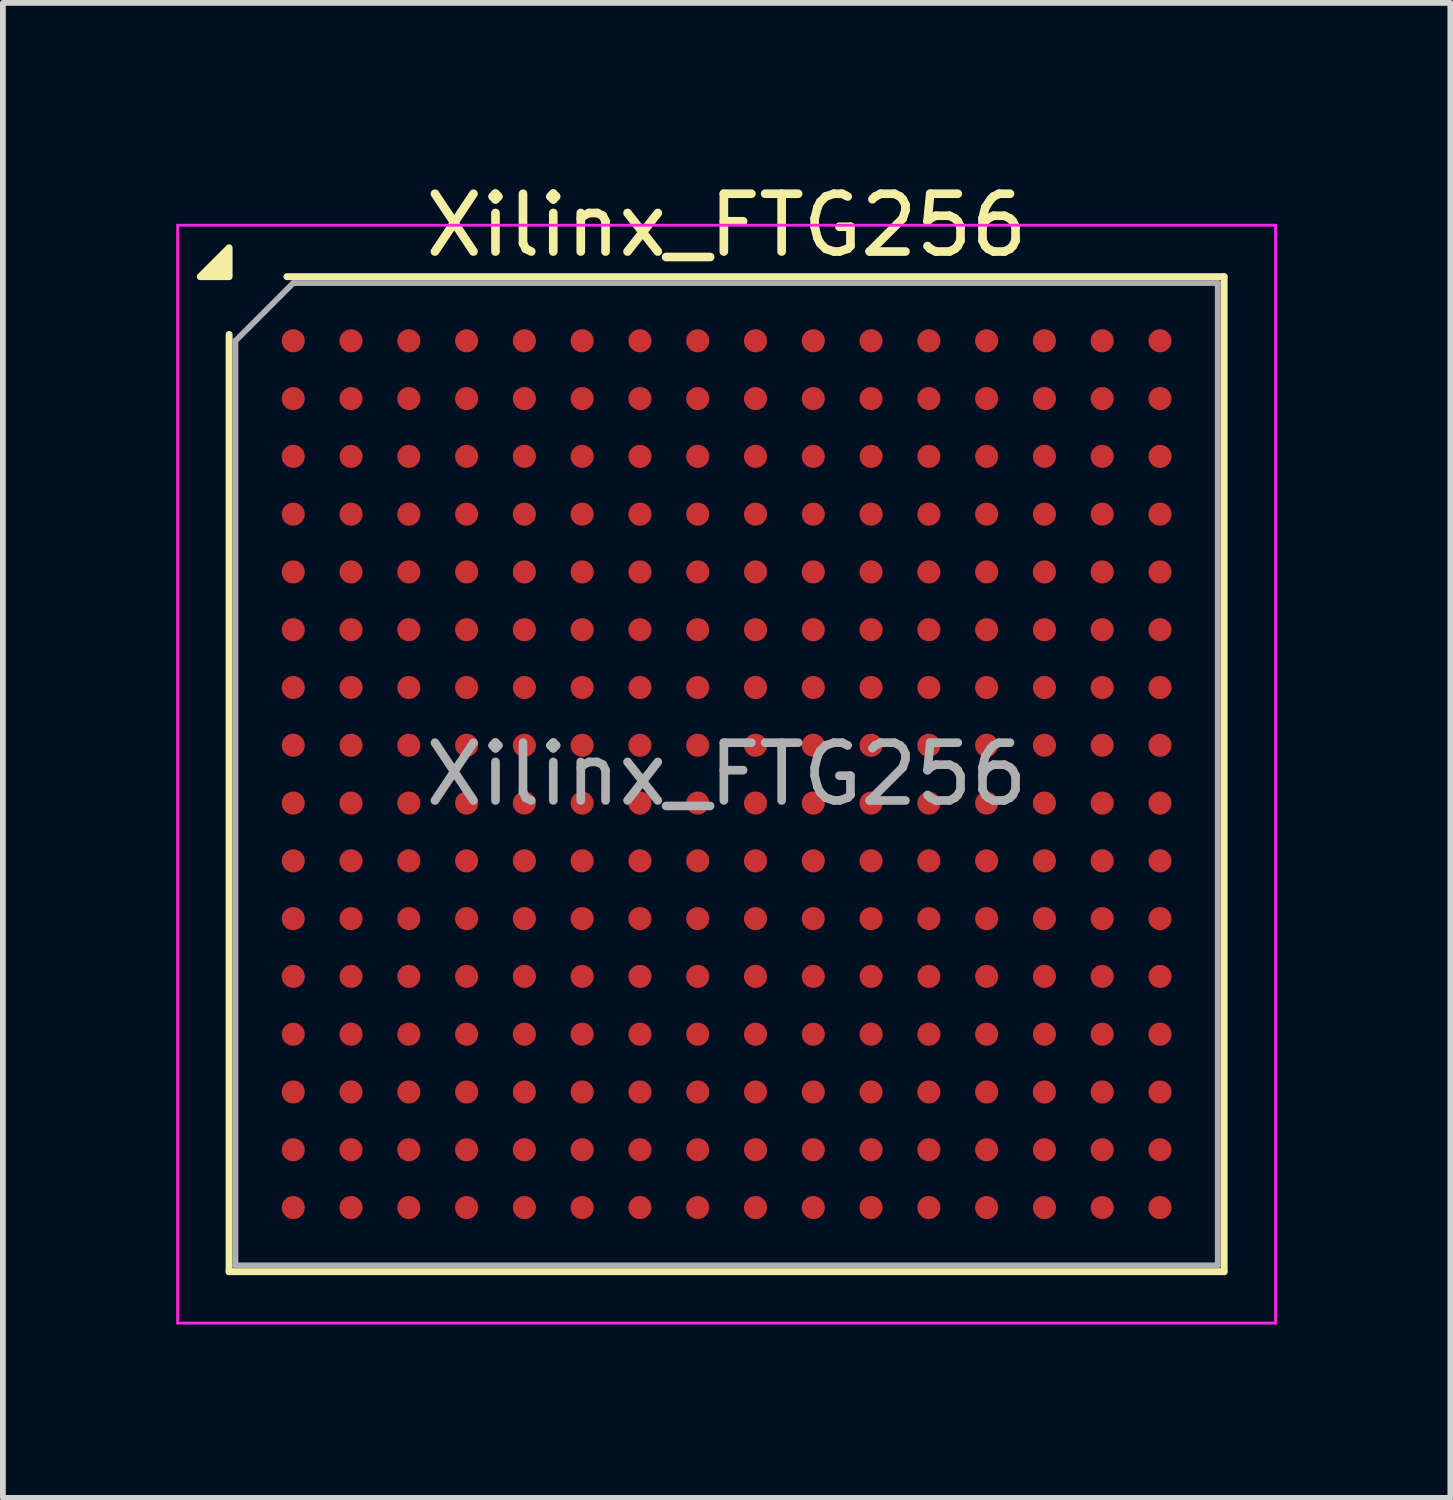
<source format=kicad_pcb>
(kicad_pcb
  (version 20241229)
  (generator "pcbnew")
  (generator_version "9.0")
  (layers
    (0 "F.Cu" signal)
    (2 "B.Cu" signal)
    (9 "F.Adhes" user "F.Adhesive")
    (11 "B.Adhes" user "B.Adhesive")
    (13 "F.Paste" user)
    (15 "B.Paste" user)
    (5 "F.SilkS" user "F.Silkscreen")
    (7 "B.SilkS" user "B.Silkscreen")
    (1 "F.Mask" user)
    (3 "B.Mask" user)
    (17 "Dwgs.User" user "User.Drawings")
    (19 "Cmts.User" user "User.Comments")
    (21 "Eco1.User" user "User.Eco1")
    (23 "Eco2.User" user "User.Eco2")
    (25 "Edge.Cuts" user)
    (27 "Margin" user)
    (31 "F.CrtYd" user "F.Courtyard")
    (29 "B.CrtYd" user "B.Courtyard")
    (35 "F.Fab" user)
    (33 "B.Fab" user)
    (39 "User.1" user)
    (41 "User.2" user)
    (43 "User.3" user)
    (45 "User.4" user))
  (footprint "Xilinx_FTG256"
    (layer "F.Cu")
    (at 9.525 10.348)
    (property "Reference" "Xilinx_FTG256" (at 0 -9.5 0) (layer "F.SilkS") (effects (font (size 1 1) (thickness 0.15))))
    (attr smd)
    (fp_line (start -8.61 8.61) (end -8.61 -7.61) (stroke (width 0.12) (type solid)) (layer "F.SilkS"))
    (fp_line (start -7.61 -8.61) (end 8.61 -8.61) (stroke (width 0.12) (type solid)) (layer "F.SilkS"))
    (fp_line (start 8.61 -8.61) (end 8.61 8.61) (stroke (width 0.12) (type solid)) (layer "F.SilkS"))
    (fp_line (start 8.61 8.61) (end -8.61 8.61) (stroke (width 0.12) (type solid)) (layer "F.SilkS"))
    (fp_poly (pts (xy -8.61 -8.61) (xy -9.11 -8.61) (xy -8.61 -9.11) (xy -8.61 -8.61)) (stroke (width 0.12) (type solid)) (fill yes) (layer "F.SilkS"))
    (fp_line (start -9.5 -9.5) (end -9.5 9.5) (stroke (width 0.05) (type solid)) (layer "F.CrtYd"))
    (fp_line (start -9.5 9.5) (end 9.5 9.5) (stroke (width 0.05) (type solid)) (layer "F.CrtYd"))
    (fp_line (start 9.5 -9.5) (end -9.5 -9.5) (stroke (width 0.05) (type solid)) (layer "F.CrtYd"))
    (fp_line (start 9.5 9.5) (end 9.5 -9.5) (stroke (width 0.05) (type solid)) (layer "F.CrtYd"))
    (fp_line (start -8.5 -7.5) (end -7.5 -8.5) (stroke (width 0.1) (type solid)) (layer "F.Fab"))
    (fp_line (start -8.5 8.5) (end -8.5 -7.5) (stroke (width 0.1) (type solid)) (layer "F.Fab"))
    (fp_line (start -7.5 -8.5) (end 8.5 -8.5) (stroke (width 0.1) (type solid)) (layer "F.Fab"))
    (fp_line (start 8.5 -8.5) (end 8.5 8.5) (stroke (width 0.1) (type solid)) (layer "F.Fab"))
    (fp_line (start 8.5 8.5) (end -8.5 8.5) (stroke (width 0.1) (type solid)) (layer "F.Fab"))
    (fp_text user "${REFERENCE}" (at 0 0 0) (layer "F.Fab") (effects (font (size 1 1) (thickness 0.15))))
    (pad "A1" smd circle (at -7.5 -7.5) (size 0.4 0.4) (property pad_prop_bga) (layers "F.Cu" "F.Mask" "F.Paste"))
    (pad "A2" smd circle (at -6.5 -7.5) (size 0.4 0.4) (property pad_prop_bga) (layers "F.Cu" "F.Mask" "F.Paste"))
    (pad "A3" smd circle (at -5.5 -7.5) (size 0.4 0.4) (property pad_prop_bga) (layers "F.Cu" "F.Mask" "F.Paste"))
    (pad "A4" smd circle (at -4.5 -7.5) (size 0.4 0.4) (property pad_prop_bga) (layers "F.Cu" "F.Mask" "F.Paste"))
    (pad "A5" smd circle (at -3.5 -7.5) (size 0.4 0.4) (property pad_prop_bga) (layers "F.Cu" "F.Mask" "F.Paste"))
    (pad "A6" smd circle (at -2.5 -7.5) (size 0.4 0.4) (property pad_prop_bga) (layers "F.Cu" "F.Mask" "F.Paste"))
    (pad "A7" smd circle (at -1.5 -7.5) (size 0.4 0.4) (property pad_prop_bga) (layers "F.Cu" "F.Mask" "F.Paste"))
    (pad "A8" smd circle (at -0.5 -7.5) (size 0.4 0.4) (property pad_prop_bga) (layers "F.Cu" "F.Mask" "F.Paste"))
    (pad "A9" smd circle (at 0.5 -7.5) (size 0.4 0.4) (property pad_prop_bga) (layers "F.Cu" "F.Mask" "F.Paste"))
    (pad "A10" smd circle (at 1.5 -7.5) (size 0.4 0.4) (property pad_prop_bga) (layers "F.Cu" "F.Mask" "F.Paste"))
    (pad "A11" smd circle (at 2.5 -7.5) (size 0.4 0.4) (property pad_prop_bga) (layers "F.Cu" "F.Mask" "F.Paste"))
    (pad "A12" smd circle (at 3.5 -7.5) (size 0.4 0.4) (property pad_prop_bga) (layers "F.Cu" "F.Mask" "F.Paste"))
    (pad "A13" smd circle (at 4.5 -7.5) (size 0.4 0.4) (property pad_prop_bga) (layers "F.Cu" "F.Mask" "F.Paste"))
    (pad "A14" smd circle (at 5.5 -7.5) (size 0.4 0.4) (property pad_prop_bga) (layers "F.Cu" "F.Mask" "F.Paste"))
    (pad "A15" smd circle (at 6.5 -7.5) (size 0.4 0.4) (property pad_prop_bga) (layers "F.Cu" "F.Mask" "F.Paste"))
    (pad "A16" smd circle (at 7.5 -7.5) (size 0.4 0.4) (property pad_prop_bga) (layers "F.Cu" "F.Mask" "F.Paste"))
    (pad "B1" smd circle (at -7.5 -6.5) (size 0.4 0.4) (property pad_prop_bga) (layers "F.Cu" "F.Mask" "F.Paste"))
    (pad "B2" smd circle (at -6.5 -6.5) (size 0.4 0.4) (property pad_prop_bga) (layers "F.Cu" "F.Mask" "F.Paste"))
    (pad "B3" smd circle (at -5.5 -6.5) (size 0.4 0.4) (property pad_prop_bga) (layers "F.Cu" "F.Mask" "F.Paste"))
    (pad "B4" smd circle (at -4.5 -6.5) (size 0.4 0.4) (property pad_prop_bga) (layers "F.Cu" "F.Mask" "F.Paste"))
    (pad "B5" smd circle (at -3.5 -6.5) (size 0.4 0.4) (property pad_prop_bga) (layers "F.Cu" "F.Mask" "F.Paste"))
    (pad "B6" smd circle (at -2.5 -6.5) (size 0.4 0.4) (property pad_prop_bga) (layers "F.Cu" "F.Mask" "F.Paste"))
    (pad "B7" smd circle (at -1.5 -6.5) (size 0.4 0.4) (property pad_prop_bga) (layers "F.Cu" "F.Mask" "F.Paste"))
    (pad "B8" smd circle (at -0.5 -6.5) (size 0.4 0.4) (property pad_prop_bga) (layers "F.Cu" "F.Mask" "F.Paste"))
    (pad "B9" smd circle (at 0.5 -6.5) (size 0.4 0.4) (property pad_prop_bga) (layers "F.Cu" "F.Mask" "F.Paste"))
    (pad "B10" smd circle (at 1.5 -6.5) (size 0.4 0.4) (property pad_prop_bga) (layers "F.Cu" "F.Mask" "F.Paste"))
    (pad "B11" smd circle (at 2.5 -6.5) (size 0.4 0.4) (property pad_prop_bga) (layers "F.Cu" "F.Mask" "F.Paste"))
    (pad "B12" smd circle (at 3.5 -6.5) (size 0.4 0.4) (property pad_prop_bga) (layers "F.Cu" "F.Mask" "F.Paste"))
    (pad "B13" smd circle (at 4.5 -6.5) (size 0.4 0.4) (property pad_prop_bga) (layers "F.Cu" "F.Mask" "F.Paste"))
    (pad "B14" smd circle (at 5.5 -6.5) (size 0.4 0.4) (property pad_prop_bga) (layers "F.Cu" "F.Mask" "F.Paste"))
    (pad "B15" smd circle (at 6.5 -6.5) (size 0.4 0.4) (property pad_prop_bga) (layers "F.Cu" "F.Mask" "F.Paste"))
    (pad "B16" smd circle (at 7.5 -6.5) (size 0.4 0.4) (property pad_prop_bga) (layers "F.Cu" "F.Mask" "F.Paste"))
    (pad "C1" smd circle (at -7.5 -5.5) (size 0.4 0.4) (property pad_prop_bga) (layers "F.Cu" "F.Mask" "F.Paste"))
    (pad "C2" smd circle (at -6.5 -5.5) (size 0.4 0.4) (property pad_prop_bga) (layers "F.Cu" "F.Mask" "F.Paste"))
    (pad "C3" smd circle (at -5.5 -5.5) (size 0.4 0.4) (property pad_prop_bga) (layers "F.Cu" "F.Mask" "F.Paste"))
    (pad "C4" smd circle (at -4.5 -5.5) (size 0.4 0.4) (property pad_prop_bga) (layers "F.Cu" "F.Mask" "F.Paste"))
    (pad "C5" smd circle (at -3.5 -5.5) (size 0.4 0.4) (property pad_prop_bga) (layers "F.Cu" "F.Mask" "F.Paste"))
    (pad "C6" smd circle (at -2.5 -5.5) (size 0.4 0.4) (property pad_prop_bga) (layers "F.Cu" "F.Mask" "F.Paste"))
    (pad "C7" smd circle (at -1.5 -5.5) (size 0.4 0.4) (property pad_prop_bga) (layers "F.Cu" "F.Mask" "F.Paste"))
    (pad "C8" smd circle (at -0.5 -5.5) (size 0.4 0.4) (property pad_prop_bga) (layers "F.Cu" "F.Mask" "F.Paste"))
    (pad "C9" smd circle (at 0.5 -5.5) (size 0.4 0.4) (property pad_prop_bga) (layers "F.Cu" "F.Mask" "F.Paste"))
    (pad "C10" smd circle (at 1.5 -5.5) (size 0.4 0.4) (property pad_prop_bga) (layers "F.Cu" "F.Mask" "F.Paste"))
    (pad "C11" smd circle (at 2.5 -5.5) (size 0.4 0.4) (property pad_prop_bga) (layers "F.Cu" "F.Mask" "F.Paste"))
    (pad "C12" smd circle (at 3.5 -5.5) (size 0.4 0.4) (property pad_prop_bga) (layers "F.Cu" "F.Mask" "F.Paste"))
    (pad "C13" smd circle (at 4.5 -5.5) (size 0.4 0.4) (property pad_prop_bga) (layers "F.Cu" "F.Mask" "F.Paste"))
    (pad "C14" smd circle (at 5.5 -5.5) (size 0.4 0.4) (property pad_prop_bga) (layers "F.Cu" "F.Mask" "F.Paste"))
    (pad "C15" smd circle (at 6.5 -5.5) (size 0.4 0.4) (property pad_prop_bga) (layers "F.Cu" "F.Mask" "F.Paste"))
    (pad "C16" smd circle (at 7.5 -5.5) (size 0.4 0.4) (property pad_prop_bga) (layers "F.Cu" "F.Mask" "F.Paste"))
    (pad "D1" smd circle (at -7.5 -4.5) (size 0.4 0.4) (property pad_prop_bga) (layers "F.Cu" "F.Mask" "F.Paste"))
    (pad "D2" smd circle (at -6.5 -4.5) (size 0.4 0.4) (property pad_prop_bga) (layers "F.Cu" "F.Mask" "F.Paste"))
    (pad "D3" smd circle (at -5.5 -4.5) (size 0.4 0.4) (property pad_prop_bga) (layers "F.Cu" "F.Mask" "F.Paste"))
    (pad "D4" smd circle (at -4.5 -4.5) (size 0.4 0.4) (property pad_prop_bga) (layers "F.Cu" "F.Mask" "F.Paste"))
    (pad "D5" smd circle (at -3.5 -4.5) (size 0.4 0.4) (property pad_prop_bga) (layers "F.Cu" "F.Mask" "F.Paste"))
    (pad "D6" smd circle (at -2.5 -4.5) (size 0.4 0.4) (property pad_prop_bga) (layers "F.Cu" "F.Mask" "F.Paste"))
    (pad "D7" smd circle (at -1.5 -4.5) (size 0.4 0.4) (property pad_prop_bga) (layers "F.Cu" "F.Mask" "F.Paste"))
    (pad "D8" smd circle (at -0.5 -4.5) (size 0.4 0.4) (property pad_prop_bga) (layers "F.Cu" "F.Mask" "F.Paste"))
    (pad "D9" smd circle (at 0.5 -4.5) (size 0.4 0.4) (property pad_prop_bga) (layers "F.Cu" "F.Mask" "F.Paste"))
    (pad "D10" smd circle (at 1.5 -4.5) (size 0.4 0.4) (property pad_prop_bga) (layers "F.Cu" "F.Mask" "F.Paste"))
    (pad "D11" smd circle (at 2.5 -4.5) (size 0.4 0.4) (property pad_prop_bga) (layers "F.Cu" "F.Mask" "F.Paste"))
    (pad "D12" smd circle (at 3.5 -4.5) (size 0.4 0.4) (property pad_prop_bga) (layers "F.Cu" "F.Mask" "F.Paste"))
    (pad "D13" smd circle (at 4.5 -4.5) (size 0.4 0.4) (property pad_prop_bga) (layers "F.Cu" "F.Mask" "F.Paste"))
    (pad "D14" smd circle (at 5.5 -4.5) (size 0.4 0.4) (property pad_prop_bga) (layers "F.Cu" "F.Mask" "F.Paste"))
    (pad "D15" smd circle (at 6.5 -4.5) (size 0.4 0.4) (property pad_prop_bga) (layers "F.Cu" "F.Mask" "F.Paste"))
    (pad "D16" smd circle (at 7.5 -4.5) (size 0.4 0.4) (property pad_prop_bga) (layers "F.Cu" "F.Mask" "F.Paste"))
    (pad "E1" smd circle (at -7.5 -3.5) (size 0.4 0.4) (property pad_prop_bga) (layers "F.Cu" "F.Mask" "F.Paste"))
    (pad "E2" smd circle (at -6.5 -3.5) (size 0.4 0.4) (property pad_prop_bga) (layers "F.Cu" "F.Mask" "F.Paste"))
    (pad "E3" smd circle (at -5.5 -3.5) (size 0.4 0.4) (property pad_prop_bga) (layers "F.Cu" "F.Mask" "F.Paste"))
    (pad "E4" smd circle (at -4.5 -3.5) (size 0.4 0.4) (property pad_prop_bga) (layers "F.Cu" "F.Mask" "F.Paste"))
    (pad "E5" smd circle (at -3.5 -3.5) (size 0.4 0.4) (property pad_prop_bga) (layers "F.Cu" "F.Mask" "F.Paste"))
    (pad "E6" smd circle (at -2.5 -3.5) (size 0.4 0.4) (property pad_prop_bga) (layers "F.Cu" "F.Mask" "F.Paste"))
    (pad "E7" smd circle (at -1.5 -3.5) (size 0.4 0.4) (property pad_prop_bga) (layers "F.Cu" "F.Mask" "F.Paste"))
    (pad "E8" smd circle (at -0.5 -3.5) (size 0.4 0.4) (property pad_prop_bga) (layers "F.Cu" "F.Mask" "F.Paste"))
    (pad "E9" smd circle (at 0.5 -3.5) (size 0.4 0.4) (property pad_prop_bga) (layers "F.Cu" "F.Mask" "F.Paste"))
    (pad "E10" smd circle (at 1.5 -3.5) (size 0.4 0.4) (property pad_prop_bga) (layers "F.Cu" "F.Mask" "F.Paste"))
    (pad "E11" smd circle (at 2.5 -3.5) (size 0.4 0.4) (property pad_prop_bga) (layers "F.Cu" "F.Mask" "F.Paste"))
    (pad "E12" smd circle (at 3.5 -3.5) (size 0.4 0.4) (property pad_prop_bga) (layers "F.Cu" "F.Mask" "F.Paste"))
    (pad "E13" smd circle (at 4.5 -3.5) (size 0.4 0.4) (property pad_prop_bga) (layers "F.Cu" "F.Mask" "F.Paste"))
    (pad "E14" smd circle (at 5.5 -3.5) (size 0.4 0.4) (property pad_prop_bga) (layers "F.Cu" "F.Mask" "F.Paste"))
    (pad "E15" smd circle (at 6.5 -3.5) (size 0.4 0.4) (property pad_prop_bga) (layers "F.Cu" "F.Mask" "F.Paste"))
    (pad "E16" smd circle (at 7.5 -3.5) (size 0.4 0.4) (property pad_prop_bga) (layers "F.Cu" "F.Mask" "F.Paste"))
    (pad "F1" smd circle (at -7.5 -2.5) (size 0.4 0.4) (property pad_prop_bga) (layers "F.Cu" "F.Mask" "F.Paste"))
    (pad "F2" smd circle (at -6.5 -2.5) (size 0.4 0.4) (property pad_prop_bga) (layers "F.Cu" "F.Mask" "F.Paste"))
    (pad "F3" smd circle (at -5.5 -2.5) (size 0.4 0.4) (property pad_prop_bga) (layers "F.Cu" "F.Mask" "F.Paste"))
    (pad "F4" smd circle (at -4.5 -2.5) (size 0.4 0.4) (property pad_prop_bga) (layers "F.Cu" "F.Mask" "F.Paste"))
    (pad "F5" smd circle (at -3.5 -2.5) (size 0.4 0.4) (property pad_prop_bga) (layers "F.Cu" "F.Mask" "F.Paste"))
    (pad "F6" smd circle (at -2.5 -2.5) (size 0.4 0.4) (property pad_prop_bga) (layers "F.Cu" "F.Mask" "F.Paste"))
    (pad "F7" smd circle (at -1.5 -2.5) (size 0.4 0.4) (property pad_prop_bga) (layers "F.Cu" "F.Mask" "F.Paste"))
    (pad "F8" smd circle (at -0.5 -2.5) (size 0.4 0.4) (property pad_prop_bga) (layers "F.Cu" "F.Mask" "F.Paste"))
    (pad "F9" smd circle (at 0.5 -2.5) (size 0.4 0.4) (property pad_prop_bga) (layers "F.Cu" "F.Mask" "F.Paste"))
    (pad "F10" smd circle (at 1.5 -2.5) (size 0.4 0.4) (property pad_prop_bga) (layers "F.Cu" "F.Mask" "F.Paste"))
    (pad "F11" smd circle (at 2.5 -2.5) (size 0.4 0.4) (property pad_prop_bga) (layers "F.Cu" "F.Mask" "F.Paste"))
    (pad "F12" smd circle (at 3.5 -2.5) (size 0.4 0.4) (property pad_prop_bga) (layers "F.Cu" "F.Mask" "F.Paste"))
    (pad "F13" smd circle (at 4.5 -2.5) (size 0.4 0.4) (property pad_prop_bga) (layers "F.Cu" "F.Mask" "F.Paste"))
    (pad "F14" smd circle (at 5.5 -2.5) (size 0.4 0.4) (property pad_prop_bga) (layers "F.Cu" "F.Mask" "F.Paste"))
    (pad "F15" smd circle (at 6.5 -2.5) (size 0.4 0.4) (property pad_prop_bga) (layers "F.Cu" "F.Mask" "F.Paste"))
    (pad "F16" smd circle (at 7.5 -2.5) (size 0.4 0.4) (property pad_prop_bga) (layers "F.Cu" "F.Mask" "F.Paste"))
    (pad "G1" smd circle (at -7.5 -1.5) (size 0.4 0.4) (property pad_prop_bga) (layers "F.Cu" "F.Mask" "F.Paste"))
    (pad "G2" smd circle (at -6.5 -1.5) (size 0.4 0.4) (property pad_prop_bga) (layers "F.Cu" "F.Mask" "F.Paste"))
    (pad "G3" smd circle (at -5.5 -1.5) (size 0.4 0.4) (property pad_prop_bga) (layers "F.Cu" "F.Mask" "F.Paste"))
    (pad "G4" smd circle (at -4.5 -1.5) (size 0.4 0.4) (property pad_prop_bga) (layers "F.Cu" "F.Mask" "F.Paste"))
    (pad "G5" smd circle (at -3.5 -1.5) (size 0.4 0.4) (property pad_prop_bga) (layers "F.Cu" "F.Mask" "F.Paste"))
    (pad "G6" smd circle (at -2.5 -1.5) (size 0.4 0.4) (property pad_prop_bga) (layers "F.Cu" "F.Mask" "F.Paste"))
    (pad "G7" smd circle (at -1.5 -1.5) (size 0.4 0.4) (property pad_prop_bga) (layers "F.Cu" "F.Mask" "F.Paste"))
    (pad "G8" smd circle (at -0.5 -1.5) (size 0.4 0.4) (property pad_prop_bga) (layers "F.Cu" "F.Mask" "F.Paste"))
    (pad "G9" smd circle (at 0.5 -1.5) (size 0.4 0.4) (property pad_prop_bga) (layers "F.Cu" "F.Mask" "F.Paste"))
    (pad "G10" smd circle (at 1.5 -1.5) (size 0.4 0.4) (property pad_prop_bga) (layers "F.Cu" "F.Mask" "F.Paste"))
    (pad "G11" smd circle (at 2.5 -1.5) (size 0.4 0.4) (property pad_prop_bga) (layers "F.Cu" "F.Mask" "F.Paste"))
    (pad "G12" smd circle (at 3.5 -1.5) (size 0.4 0.4) (property pad_prop_bga) (layers "F.Cu" "F.Mask" "F.Paste"))
    (pad "G13" smd circle (at 4.5 -1.5) (size 0.4 0.4) (property pad_prop_bga) (layers "F.Cu" "F.Mask" "F.Paste"))
    (pad "G14" smd circle (at 5.5 -1.5) (size 0.4 0.4) (property pad_prop_bga) (layers "F.Cu" "F.Mask" "F.Paste"))
    (pad "G15" smd circle (at 6.5 -1.5) (size 0.4 0.4) (property pad_prop_bga) (layers "F.Cu" "F.Mask" "F.Paste"))
    (pad "G16" smd circle (at 7.5 -1.5) (size 0.4 0.4) (property pad_prop_bga) (layers "F.Cu" "F.Mask" "F.Paste"))
    (pad "H1" smd circle (at -7.5 -0.5) (size 0.4 0.4) (property pad_prop_bga) (layers "F.Cu" "F.Mask" "F.Paste"))
    (pad "H2" smd circle (at -6.5 -0.5) (size 0.4 0.4) (property pad_prop_bga) (layers "F.Cu" "F.Mask" "F.Paste"))
    (pad "H3" smd circle (at -5.5 -0.5) (size 0.4 0.4) (property pad_prop_bga) (layers "F.Cu" "F.Mask" "F.Paste"))
    (pad "H4" smd circle (at -4.5 -0.5) (size 0.4 0.4) (property pad_prop_bga) (layers "F.Cu" "F.Mask" "F.Paste"))
    (pad "H5" smd circle (at -3.5 -0.5) (size 0.4 0.4) (property pad_prop_bga) (layers "F.Cu" "F.Mask" "F.Paste"))
    (pad "H6" smd circle (at -2.5 -0.5) (size 0.4 0.4) (property pad_prop_bga) (layers "F.Cu" "F.Mask" "F.Paste"))
    (pad "H7" smd circle (at -1.5 -0.5) (size 0.4 0.4) (property pad_prop_bga) (layers "F.Cu" "F.Mask" "F.Paste"))
    (pad "H8" smd circle (at -0.5 -0.5) (size 0.4 0.4) (property pad_prop_bga) (layers "F.Cu" "F.Mask" "F.Paste"))
    (pad "H9" smd circle (at 0.5 -0.5) (size 0.4 0.4) (property pad_prop_bga) (layers "F.Cu" "F.Mask" "F.Paste"))
    (pad "H10" smd circle (at 1.5 -0.5) (size 0.4 0.4) (property pad_prop_bga) (layers "F.Cu" "F.Mask" "F.Paste"))
    (pad "H11" smd circle (at 2.5 -0.5) (size 0.4 0.4) (property pad_prop_bga) (layers "F.Cu" "F.Mask" "F.Paste"))
    (pad "H12" smd circle (at 3.5 -0.5) (size 0.4 0.4) (property pad_prop_bga) (layers "F.Cu" "F.Mask" "F.Paste"))
    (pad "H13" smd circle (at 4.5 -0.5) (size 0.4 0.4) (property pad_prop_bga) (layers "F.Cu" "F.Mask" "F.Paste"))
    (pad "H14" smd circle (at 5.5 -0.5) (size 0.4 0.4) (property pad_prop_bga) (layers "F.Cu" "F.Mask" "F.Paste"))
    (pad "H15" smd circle (at 6.5 -0.5) (size 0.4 0.4) (property pad_prop_bga) (layers "F.Cu" "F.Mask" "F.Paste"))
    (pad "H16" smd circle (at 7.5 -0.5) (size 0.4 0.4) (property pad_prop_bga) (layers "F.Cu" "F.Mask" "F.Paste"))
    (pad "J1" smd circle (at -7.5 0.5) (size 0.4 0.4) (property pad_prop_bga) (layers "F.Cu" "F.Mask" "F.Paste"))
    (pad "J2" smd circle (at -6.5 0.5) (size 0.4 0.4) (property pad_prop_bga) (layers "F.Cu" "F.Mask" "F.Paste"))
    (pad "J3" smd circle (at -5.5 0.5) (size 0.4 0.4) (property pad_prop_bga) (layers "F.Cu" "F.Mask" "F.Paste"))
    (pad "J4" smd circle (at -4.5 0.5) (size 0.4 0.4) (property pad_prop_bga) (layers "F.Cu" "F.Mask" "F.Paste"))
    (pad "J5" smd circle (at -3.5 0.5) (size 0.4 0.4) (property pad_prop_bga) (layers "F.Cu" "F.Mask" "F.Paste"))
    (pad "J6" smd circle (at -2.5 0.5) (size 0.4 0.4) (property pad_prop_bga) (layers "F.Cu" "F.Mask" "F.Paste"))
    (pad "J7" smd circle (at -1.5 0.5) (size 0.4 0.4) (property pad_prop_bga) (layers "F.Cu" "F.Mask" "F.Paste"))
    (pad "J8" smd circle (at -0.5 0.5) (size 0.4 0.4) (property pad_prop_bga) (layers "F.Cu" "F.Mask" "F.Paste"))
    (pad "J9" smd circle (at 0.5 0.5) (size 0.4 0.4) (property pad_prop_bga) (layers "F.Cu" "F.Mask" "F.Paste"))
    (pad "J10" smd circle (at 1.5 0.5) (size 0.4 0.4) (property pad_prop_bga) (layers "F.Cu" "F.Mask" "F.Paste"))
    (pad "J11" smd circle (at 2.5 0.5) (size 0.4 0.4) (property pad_prop_bga) (layers "F.Cu" "F.Mask" "F.Paste"))
    (pad "J12" smd circle (at 3.5 0.5) (size 0.4 0.4) (property pad_prop_bga) (layers "F.Cu" "F.Mask" "F.Paste"))
    (pad "J13" smd circle (at 4.5 0.5) (size 0.4 0.4) (property pad_prop_bga) (layers "F.Cu" "F.Mask" "F.Paste"))
    (pad "J14" smd circle (at 5.5 0.5) (size 0.4 0.4) (property pad_prop_bga) (layers "F.Cu" "F.Mask" "F.Paste"))
    (pad "J15" smd circle (at 6.5 0.5) (size 0.4 0.4) (property pad_prop_bga) (layers "F.Cu" "F.Mask" "F.Paste"))
    (pad "J16" smd circle (at 7.5 0.5) (size 0.4 0.4) (property pad_prop_bga) (layers "F.Cu" "F.Mask" "F.Paste"))
    (pad "K1" smd circle (at -7.5 1.5) (size 0.4 0.4) (property pad_prop_bga) (layers "F.Cu" "F.Mask" "F.Paste"))
    (pad "K2" smd circle (at -6.5 1.5) (size 0.4 0.4) (property pad_prop_bga) (layers "F.Cu" "F.Mask" "F.Paste"))
    (pad "K3" smd circle (at -5.5 1.5) (size 0.4 0.4) (property pad_prop_bga) (layers "F.Cu" "F.Mask" "F.Paste"))
    (pad "K4" smd circle (at -4.5 1.5) (size 0.4 0.4) (property pad_prop_bga) (layers "F.Cu" "F.Mask" "F.Paste"))
    (pad "K5" smd circle (at -3.5 1.5) (size 0.4 0.4) (property pad_prop_bga) (layers "F.Cu" "F.Mask" "F.Paste"))
    (pad "K6" smd circle (at -2.5 1.5) (size 0.4 0.4) (property pad_prop_bga) (layers "F.Cu" "F.Mask" "F.Paste"))
    (pad "K7" smd circle (at -1.5 1.5) (size 0.4 0.4) (property pad_prop_bga) (layers "F.Cu" "F.Mask" "F.Paste"))
    (pad "K8" smd circle (at -0.5 1.5) (size 0.4 0.4) (property pad_prop_bga) (layers "F.Cu" "F.Mask" "F.Paste"))
    (pad "K9" smd circle (at 0.5 1.5) (size 0.4 0.4) (property pad_prop_bga) (layers "F.Cu" "F.Mask" "F.Paste"))
    (pad "K10" smd circle (at 1.5 1.5) (size 0.4 0.4) (property pad_prop_bga) (layers "F.Cu" "F.Mask" "F.Paste"))
    (pad "K11" smd circle (at 2.5 1.5) (size 0.4 0.4) (property pad_prop_bga) (layers "F.Cu" "F.Mask" "F.Paste"))
    (pad "K12" smd circle (at 3.5 1.5) (size 0.4 0.4) (property pad_prop_bga) (layers "F.Cu" "F.Mask" "F.Paste"))
    (pad "K13" smd circle (at 4.5 1.5) (size 0.4 0.4) (property pad_prop_bga) (layers "F.Cu" "F.Mask" "F.Paste"))
    (pad "K14" smd circle (at 5.5 1.5) (size 0.4 0.4) (property pad_prop_bga) (layers "F.Cu" "F.Mask" "F.Paste"))
    (pad "K15" smd circle (at 6.5 1.5) (size 0.4 0.4) (property pad_prop_bga) (layers "F.Cu" "F.Mask" "F.Paste"))
    (pad "K16" smd circle (at 7.5 1.5) (size 0.4 0.4) (property pad_prop_bga) (layers "F.Cu" "F.Mask" "F.Paste"))
    (pad "L1" smd circle (at -7.5 2.5) (size 0.4 0.4) (property pad_prop_bga) (layers "F.Cu" "F.Mask" "F.Paste"))
    (pad "L2" smd circle (at -6.5 2.5) (size 0.4 0.4) (property pad_prop_bga) (layers "F.Cu" "F.Mask" "F.Paste"))
    (pad "L3" smd circle (at -5.5 2.5) (size 0.4 0.4) (property pad_prop_bga) (layers "F.Cu" "F.Mask" "F.Paste"))
    (pad "L4" smd circle (at -4.5 2.5) (size 0.4 0.4) (property pad_prop_bga) (layers "F.Cu" "F.Mask" "F.Paste"))
    (pad "L5" smd circle (at -3.5 2.5) (size 0.4 0.4) (property pad_prop_bga) (layers "F.Cu" "F.Mask" "F.Paste"))
    (pad "L6" smd circle (at -2.5 2.5) (size 0.4 0.4) (property pad_prop_bga) (layers "F.Cu" "F.Mask" "F.Paste"))
    (pad "L7" smd circle (at -1.5 2.5) (size 0.4 0.4) (property pad_prop_bga) (layers "F.Cu" "F.Mask" "F.Paste"))
    (pad "L8" smd circle (at -0.5 2.5) (size 0.4 0.4) (property pad_prop_bga) (layers "F.Cu" "F.Mask" "F.Paste"))
    (pad "L9" smd circle (at 0.5 2.5) (size 0.4 0.4) (property pad_prop_bga) (layers "F.Cu" "F.Mask" "F.Paste"))
    (pad "L10" smd circle (at 1.5 2.5) (size 0.4 0.4) (property pad_prop_bga) (layers "F.Cu" "F.Mask" "F.Paste"))
    (pad "L11" smd circle (at 2.5 2.5) (size 0.4 0.4) (property pad_prop_bga) (layers "F.Cu" "F.Mask" "F.Paste"))
    (pad "L12" smd circle (at 3.5 2.5) (size 0.4 0.4) (property pad_prop_bga) (layers "F.Cu" "F.Mask" "F.Paste"))
    (pad "L13" smd circle (at 4.5 2.5) (size 0.4 0.4) (property pad_prop_bga) (layers "F.Cu" "F.Mask" "F.Paste"))
    (pad "L14" smd circle (at 5.5 2.5) (size 0.4 0.4) (property pad_prop_bga) (layers "F.Cu" "F.Mask" "F.Paste"))
    (pad "L15" smd circle (at 6.5 2.5) (size 0.4 0.4) (property pad_prop_bga) (layers "F.Cu" "F.Mask" "F.Paste"))
    (pad "L16" smd circle (at 7.5 2.5) (size 0.4 0.4) (property pad_prop_bga) (layers "F.Cu" "F.Mask" "F.Paste"))
    (pad "M1" smd circle (at -7.5 3.5) (size 0.4 0.4) (property pad_prop_bga) (layers "F.Cu" "F.Mask" "F.Paste"))
    (pad "M2" smd circle (at -6.5 3.5) (size 0.4 0.4) (property pad_prop_bga) (layers "F.Cu" "F.Mask" "F.Paste"))
    (pad "M3" smd circle (at -5.5 3.5) (size 0.4 0.4) (property pad_prop_bga) (layers "F.Cu" "F.Mask" "F.Paste"))
    (pad "M4" smd circle (at -4.5 3.5) (size 0.4 0.4) (property pad_prop_bga) (layers "F.Cu" "F.Mask" "F.Paste"))
    (pad "M5" smd circle (at -3.5 3.5) (size 0.4 0.4) (property pad_prop_bga) (layers "F.Cu" "F.Mask" "F.Paste"))
    (pad "M6" smd circle (at -2.5 3.5) (size 0.4 0.4) (property pad_prop_bga) (layers "F.Cu" "F.Mask" "F.Paste"))
    (pad "M7" smd circle (at -1.5 3.5) (size 0.4 0.4) (property pad_prop_bga) (layers "F.Cu" "F.Mask" "F.Paste"))
    (pad "M8" smd circle (at -0.5 3.5) (size 0.4 0.4) (property pad_prop_bga) (layers "F.Cu" "F.Mask" "F.Paste"))
    (pad "M9" smd circle (at 0.5 3.5) (size 0.4 0.4) (property pad_prop_bga) (layers "F.Cu" "F.Mask" "F.Paste"))
    (pad "M10" smd circle (at 1.5 3.5) (size 0.4 0.4) (property pad_prop_bga) (layers "F.Cu" "F.Mask" "F.Paste"))
    (pad "M11" smd circle (at 2.5 3.5) (size 0.4 0.4) (property pad_prop_bga) (layers "F.Cu" "F.Mask" "F.Paste"))
    (pad "M12" smd circle (at 3.5 3.5) (size 0.4 0.4) (property pad_prop_bga) (layers "F.Cu" "F.Mask" "F.Paste"))
    (pad "M13" smd circle (at 4.5 3.5) (size 0.4 0.4) (property pad_prop_bga) (layers "F.Cu" "F.Mask" "F.Paste"))
    (pad "M14" smd circle (at 5.5 3.5) (size 0.4 0.4) (property pad_prop_bga) (layers "F.Cu" "F.Mask" "F.Paste"))
    (pad "M15" smd circle (at 6.5 3.5) (size 0.4 0.4) (property pad_prop_bga) (layers "F.Cu" "F.Mask" "F.Paste"))
    (pad "M16" smd circle (at 7.5 3.5) (size 0.4 0.4) (property pad_prop_bga) (layers "F.Cu" "F.Mask" "F.Paste"))
    (pad "N1" smd circle (at -7.5 4.5) (size 0.4 0.4) (property pad_prop_bga) (layers "F.Cu" "F.Mask" "F.Paste"))
    (pad "N2" smd circle (at -6.5 4.5) (size 0.4 0.4) (property pad_prop_bga) (layers "F.Cu" "F.Mask" "F.Paste"))
    (pad "N3" smd circle (at -5.5 4.5) (size 0.4 0.4) (property pad_prop_bga) (layers "F.Cu" "F.Mask" "F.Paste"))
    (pad "N4" smd circle (at -4.5 4.5) (size 0.4 0.4) (property pad_prop_bga) (layers "F.Cu" "F.Mask" "F.Paste"))
    (pad "N5" smd circle (at -3.5 4.5) (size 0.4 0.4) (property pad_prop_bga) (layers "F.Cu" "F.Mask" "F.Paste"))
    (pad "N6" smd circle (at -2.5 4.5) (size 0.4 0.4) (property pad_prop_bga) (layers "F.Cu" "F.Mask" "F.Paste"))
    (pad "N7" smd circle (at -1.5 4.5) (size 0.4 0.4) (property pad_prop_bga) (layers "F.Cu" "F.Mask" "F.Paste"))
    (pad "N8" smd circle (at -0.5 4.5) (size 0.4 0.4) (property pad_prop_bga) (layers "F.Cu" "F.Mask" "F.Paste"))
    (pad "N9" smd circle (at 0.5 4.5) (size 0.4 0.4) (property pad_prop_bga) (layers "F.Cu" "F.Mask" "F.Paste"))
    (pad "N10" smd circle (at 1.5 4.5) (size 0.4 0.4) (property pad_prop_bga) (layers "F.Cu" "F.Mask" "F.Paste"))
    (pad "N11" smd circle (at 2.5 4.5) (size 0.4 0.4) (property pad_prop_bga) (layers "F.Cu" "F.Mask" "F.Paste"))
    (pad "N12" smd circle (at 3.5 4.5) (size 0.4 0.4) (property pad_prop_bga) (layers "F.Cu" "F.Mask" "F.Paste"))
    (pad "N13" smd circle (at 4.5 4.5) (size 0.4 0.4) (property pad_prop_bga) (layers "F.Cu" "F.Mask" "F.Paste"))
    (pad "N14" smd circle (at 5.5 4.5) (size 0.4 0.4) (property pad_prop_bga) (layers "F.Cu" "F.Mask" "F.Paste"))
    (pad "N15" smd circle (at 6.5 4.5) (size 0.4 0.4) (property pad_prop_bga) (layers "F.Cu" "F.Mask" "F.Paste"))
    (pad "N16" smd circle (at 7.5 4.5) (size 0.4 0.4) (property pad_prop_bga) (layers "F.Cu" "F.Mask" "F.Paste"))
    (pad "P1" smd circle (at -7.5 5.5) (size 0.4 0.4) (property pad_prop_bga) (layers "F.Cu" "F.Mask" "F.Paste"))
    (pad "P2" smd circle (at -6.5 5.5) (size 0.4 0.4) (property pad_prop_bga) (layers "F.Cu" "F.Mask" "F.Paste"))
    (pad "P3" smd circle (at -5.5 5.5) (size 0.4 0.4) (property pad_prop_bga) (layers "F.Cu" "F.Mask" "F.Paste"))
    (pad "P4" smd circle (at -4.5 5.5) (size 0.4 0.4) (property pad_prop_bga) (layers "F.Cu" "F.Mask" "F.Paste"))
    (pad "P5" smd circle (at -3.5 5.5) (size 0.4 0.4) (property pad_prop_bga) (layers "F.Cu" "F.Mask" "F.Paste"))
    (pad "P6" smd circle (at -2.5 5.5) (size 0.4 0.4) (property pad_prop_bga) (layers "F.Cu" "F.Mask" "F.Paste"))
    (pad "P7" smd circle (at -1.5 5.5) (size 0.4 0.4) (property pad_prop_bga) (layers "F.Cu" "F.Mask" "F.Paste"))
    (pad "P8" smd circle (at -0.5 5.5) (size 0.4 0.4) (property pad_prop_bga) (layers "F.Cu" "F.Mask" "F.Paste"))
    (pad "P9" smd circle (at 0.5 5.5) (size 0.4 0.4) (property pad_prop_bga) (layers "F.Cu" "F.Mask" "F.Paste"))
    (pad "P10" smd circle (at 1.5 5.5) (size 0.4 0.4) (property pad_prop_bga) (layers "F.Cu" "F.Mask" "F.Paste"))
    (pad "P11" smd circle (at 2.5 5.5) (size 0.4 0.4) (property pad_prop_bga) (layers "F.Cu" "F.Mask" "F.Paste"))
    (pad "P12" smd circle (at 3.5 5.5) (size 0.4 0.4) (property pad_prop_bga) (layers "F.Cu" "F.Mask" "F.Paste"))
    (pad "P13" smd circle (at 4.5 5.5) (size 0.4 0.4) (property pad_prop_bga) (layers "F.Cu" "F.Mask" "F.Paste"))
    (pad "P14" smd circle (at 5.5 5.5) (size 0.4 0.4) (property pad_prop_bga) (layers "F.Cu" "F.Mask" "F.Paste"))
    (pad "P15" smd circle (at 6.5 5.5) (size 0.4 0.4) (property pad_prop_bga) (layers "F.Cu" "F.Mask" "F.Paste"))
    (pad "P16" smd circle (at 7.5 5.5) (size 0.4 0.4) (property pad_prop_bga) (layers "F.Cu" "F.Mask" "F.Paste"))
    (pad "R1" smd circle (at -7.5 6.5) (size 0.4 0.4) (property pad_prop_bga) (layers "F.Cu" "F.Mask" "F.Paste"))
    (pad "R2" smd circle (at -6.5 6.5) (size 0.4 0.4) (property pad_prop_bga) (layers "F.Cu" "F.Mask" "F.Paste"))
    (pad "R3" smd circle (at -5.5 6.5) (size 0.4 0.4) (property pad_prop_bga) (layers "F.Cu" "F.Mask" "F.Paste"))
    (pad "R4" smd circle (at -4.5 6.5) (size 0.4 0.4) (property pad_prop_bga) (layers "F.Cu" "F.Mask" "F.Paste"))
    (pad "R5" smd circle (at -3.5 6.5) (size 0.4 0.4) (property pad_prop_bga) (layers "F.Cu" "F.Mask" "F.Paste"))
    (pad "R6" smd circle (at -2.5 6.5) (size 0.4 0.4) (property pad_prop_bga) (layers "F.Cu" "F.Mask" "F.Paste"))
    (pad "R7" smd circle (at -1.5 6.5) (size 0.4 0.4) (property pad_prop_bga) (layers "F.Cu" "F.Mask" "F.Paste"))
    (pad "R8" smd circle (at -0.5 6.5) (size 0.4 0.4) (property pad_prop_bga) (layers "F.Cu" "F.Mask" "F.Paste"))
    (pad "R9" smd circle (at 0.5 6.5) (size 0.4 0.4) (property pad_prop_bga) (layers "F.Cu" "F.Mask" "F.Paste"))
    (pad "R10" smd circle (at 1.5 6.5) (size 0.4 0.4) (property pad_prop_bga) (layers "F.Cu" "F.Mask" "F.Paste"))
    (pad "R11" smd circle (at 2.5 6.5) (size 0.4 0.4) (property pad_prop_bga) (layers "F.Cu" "F.Mask" "F.Paste"))
    (pad "R12" smd circle (at 3.5 6.5) (size 0.4 0.4) (property pad_prop_bga) (layers "F.Cu" "F.Mask" "F.Paste"))
    (pad "R13" smd circle (at 4.5 6.5) (size 0.4 0.4) (property pad_prop_bga) (layers "F.Cu" "F.Mask" "F.Paste"))
    (pad "R14" smd circle (at 5.5 6.5) (size 0.4 0.4) (property pad_prop_bga) (layers "F.Cu" "F.Mask" "F.Paste"))
    (pad "R15" smd circle (at 6.5 6.5) (size 0.4 0.4) (property pad_prop_bga) (layers "F.Cu" "F.Mask" "F.Paste"))
    (pad "R16" smd circle (at 7.5 6.5) (size 0.4 0.4) (property pad_prop_bga) (layers "F.Cu" "F.Mask" "F.Paste"))
    (pad "T1" smd circle (at -7.5 7.5) (size 0.4 0.4) (property pad_prop_bga) (layers "F.Cu" "F.Mask" "F.Paste"))
    (pad "T2" smd circle (at -6.5 7.5) (size 0.4 0.4) (property pad_prop_bga) (layers "F.Cu" "F.Mask" "F.Paste"))
    (pad "T3" smd circle (at -5.5 7.5) (size 0.4 0.4) (property pad_prop_bga) (layers "F.Cu" "F.Mask" "F.Paste"))
    (pad "T4" smd circle (at -4.5 7.5) (size 0.4 0.4) (property pad_prop_bga) (layers "F.Cu" "F.Mask" "F.Paste"))
    (pad "T5" smd circle (at -3.5 7.5) (size 0.4 0.4) (property pad_prop_bga) (layers "F.Cu" "F.Mask" "F.Paste"))
    (pad "T6" smd circle (at -2.5 7.5) (size 0.4 0.4) (property pad_prop_bga) (layers "F.Cu" "F.Mask" "F.Paste"))
    (pad "T7" smd circle (at -1.5 7.5) (size 0.4 0.4) (property pad_prop_bga) (layers "F.Cu" "F.Mask" "F.Paste"))
    (pad "T8" smd circle (at -0.5 7.5) (size 0.4 0.4) (property pad_prop_bga) (layers "F.Cu" "F.Mask" "F.Paste"))
    (pad "T9" smd circle (at 0.5 7.5) (size 0.4 0.4) (property pad_prop_bga) (layers "F.Cu" "F.Mask" "F.Paste"))
    (pad "T10" smd circle (at 1.5 7.5) (size 0.4 0.4) (property pad_prop_bga) (layers "F.Cu" "F.Mask" "F.Paste"))
    (pad "T11" smd circle (at 2.5 7.5) (size 0.4 0.4) (property pad_prop_bga) (layers "F.Cu" "F.Mask" "F.Paste"))
    (pad "T12" smd circle (at 3.5 7.5) (size 0.4 0.4) (property pad_prop_bga) (layers "F.Cu" "F.Mask" "F.Paste"))
    (pad "T13" smd circle (at 4.5 7.5) (size 0.4 0.4) (property pad_prop_bga) (layers "F.Cu" "F.Mask" "F.Paste"))
    (pad "T14" smd circle (at 5.5 7.5) (size 0.4 0.4) (property pad_prop_bga) (layers "F.Cu" "F.Mask" "F.Paste"))
    (pad "T15" smd circle (at 6.5 7.5) (size 0.4 0.4) (property pad_prop_bga) (layers "F.Cu" "F.Mask" "F.Paste"))
    (pad "T16" smd circle (at 7.5 7.5) (size 0.4 0.4) (property pad_prop_bga) (layers "F.Cu" "F.Mask" "F.Paste")))
  (gr_rect
    (start -3 -3)
    (end 22.05 22.873)
    (stroke (width 0.1) (type default))
    (fill no)
    (layer "Edge.Cuts")))
</source>
